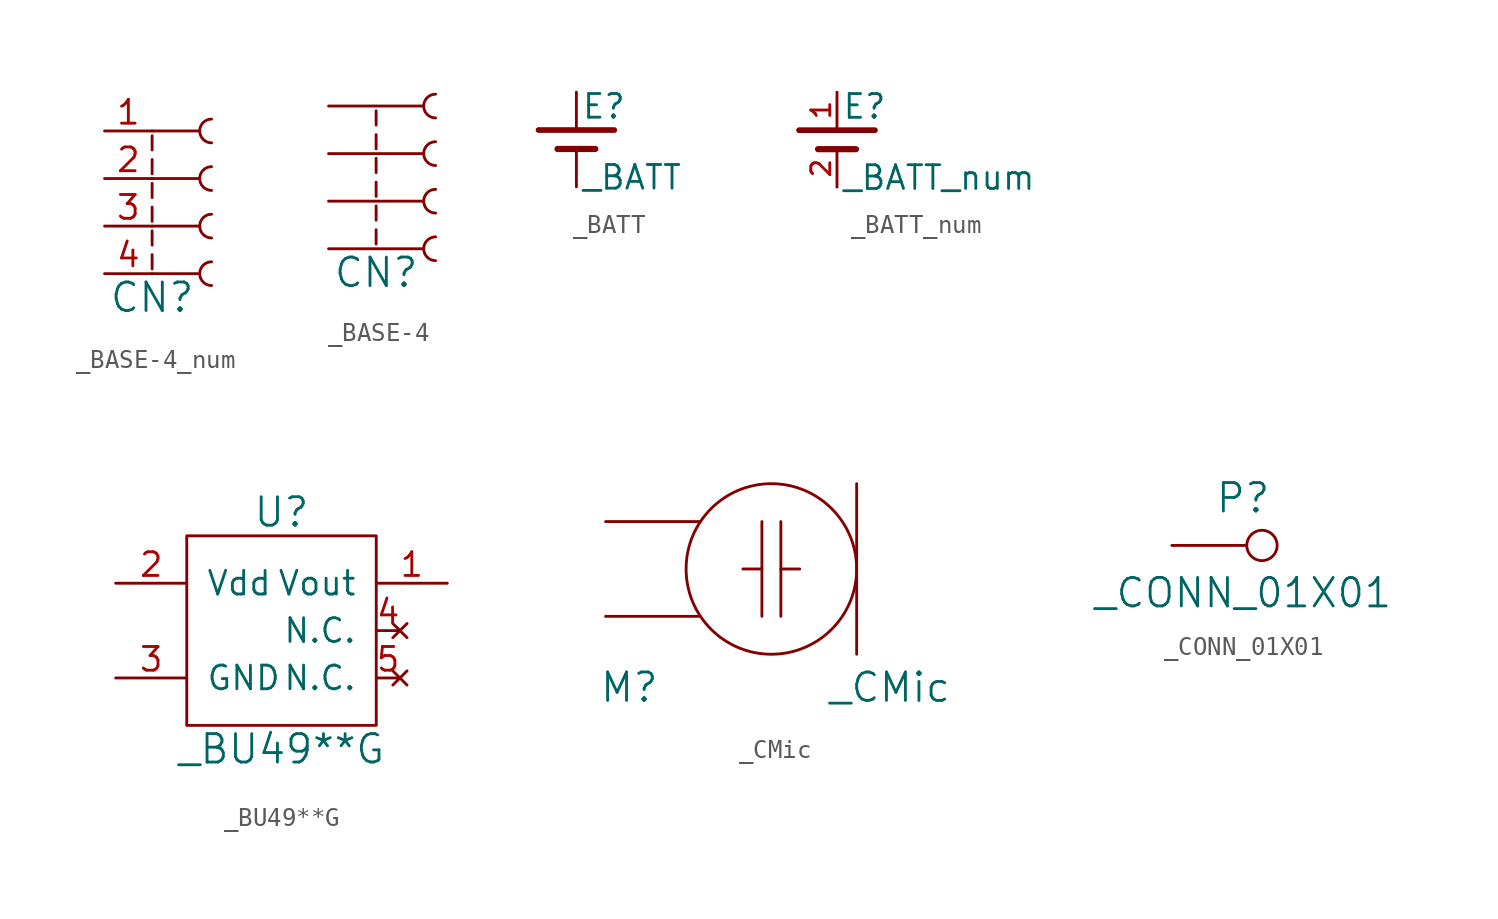
<source format=kicad_sym>
(kicad_symbol_lib
  (version 20220914)
  (generator kicad_symbol_editor)
  (symbol "_BASE-4_num"
    (pin_names
      (offset 0.025) hide)
    (property "Reference" "CN"
      (at 0 -5.08 0)
      (effects (font (size 1.524 1.524))))
    (property "Footprint" ""
      (at 1.905 1.27 0)
      (effects (font (size 1.524 1.524))))
    (property "Datasheet" ""
      (at 1.905 1.27 0)
      (effects (font (size 1.524 1.524))))
    (symbol "_BASE-4_num_0_1"
      (polyline (pts (xy 0 -3.81) (xy 2.54 -3.81)) (stroke (width 0) (type solid)) (fill (type none)))
      (polyline (pts (xy 0 -2.794) (xy 0 -3.556)) (stroke (width 0) (type solid)) (fill (type none)))
      (polyline (pts (xy 0 -1.524) (xy 0 -2.286)) (stroke (width 0) (type solid)) (fill (type none)))
      (polyline (pts (xy 0 -0.254) (xy 0 -1.016)) (stroke (width 0) (type solid)) (fill (type none)))
      (polyline (pts (xy 0 1.016) (xy 0 0.254)) (stroke (width 0) (type solid)) (fill (type none)))
      (polyline (pts (xy 0 1.27) (xy 2.54 1.27)) (stroke (width 0) (type solid)) (fill (type none)))
      (polyline (pts (xy 0 2.286) (xy 0 1.524)) (stroke (width 0) (type solid)) (fill (type none)))
      (polyline (pts (xy 0 3.556) (xy 0 2.794)) (stroke (width 0) (type solid)) (fill (type none)))
      (polyline (pts (xy 2.54 -1.27) (xy 0 -1.27)) (stroke (width 0) (type solid)) (fill (type none)))
      (polyline (pts (xy 2.54 3.81) (xy 0 3.81)) (stroke (width 0) (type solid)) (fill (type none)))
      (arc (start 3.175 -3.175) (mid 2.5427 -3.81) (end 3.175 -4.445) (stroke (width 0) (type solid)) (fill (type none)))
      (arc (start 3.175 -0.635) (mid 2.5427 -1.27) (end 3.175 -1.905) (stroke (width 0) (type solid)) (fill (type none)))
      (arc (start 3.175 1.905) (mid 2.5427 1.27) (end 3.175 0.635) (stroke (width 0) (type solid)) (fill (type none)))
      (arc (start 3.175 4.445) (mid 2.5427 3.81) (end 3.175 3.175) (stroke (width 0) (type solid)) (fill (type none))))
    (symbol "_BASE-4_num_1_1"
      (pin bidirectional line (at -2.54 3.81 0) (length 2.54) (name "~" (effects (font (size 1.27 1.27)))) (number "1" (effects (font (size 1.27 1.27)))))
      (pin bidirectional line (at -2.54 1.27 0) (length 2.54) (name "~" (effects (font (size 1.27 1.27)))) (number "2" (effects (font (size 1.27 1.27)))))
      (pin bidirectional line (at -2.54 -1.27 0) (length 2.54) (name "~" (effects (font (size 1.27 1.27)))) (number "3" (effects (font (size 1.27 1.27)))))
      (pin bidirectional line (at -2.54 -3.81 0) (length 2.54) (name "~" (effects (font (size 1.27 1.27)))) (number "4" (effects (font (size 1.27 1.27)))))))
  (symbol "_BASE-4"
    (pin_numbers hide)
    (pin_names
      (offset 0) hide)
    (property "Reference" "CN"
      (at 0 -5.08 0)
      (effects (font (size 1.524 1.524))))
    (property "Footprint" ""
      (at 1.905 1.27 0)
      (effects (font (size 1.524 1.524))))
    (property "Datasheet" ""
      (at 1.905 1.27 0)
      (effects (font (size 1.524 1.524))))
    (symbol "_BASE-4_0_1"
      (polyline (pts (xy 0 -2.794) (xy 0 -3.556)) (stroke (width 0) (type solid)) (fill (type none)))
      (polyline (pts (xy 0 -1.524) (xy 0 -2.286)) (stroke (width 0) (type solid)) (fill (type none)))
      (polyline (pts (xy 0 -0.254) (xy 0 -1.016)) (stroke (width 0) (type solid)) (fill (type none)))
      (polyline (pts (xy 0 1.016) (xy 0 0.254)) (stroke (width 0) (type solid)) (fill (type none)))
      (polyline (pts (xy 0 2.286) (xy 0 1.524)) (stroke (width 0) (type solid)) (fill (type none)))
      (polyline (pts (xy 0 3.556) (xy 0 2.794)) (stroke (width 0) (type solid)) (fill (type none)))
      (arc (start 3.175 -3.175) (mid 2.5427 -3.81) (end 3.175 -4.445) (stroke (width 0) (type solid)) (fill (type none)))
      (arc (start 3.175 -0.635) (mid 2.5427 -1.27) (end 3.175 -1.905) (stroke (width 0) (type solid)) (fill (type none)))
      (arc (start 3.175 1.905) (mid 2.5427 1.27) (end 3.175 0.635) (stroke (width 0) (type solid)) (fill (type none)))
      (arc (start 3.175 4.445) (mid 2.5427 3.81) (end 3.175 3.175) (stroke (width 0) (type solid)) (fill (type none))))
    (symbol "_BASE-4_1_1"
      (pin bidirectional line (at -2.54 3.81 0) (length 5.08) (name "~" (effects (font (size 1.27 1.27)))) (number "1" (effects (font (size 1.27 1.27)))))
      (pin bidirectional line (at -2.54 1.27 0) (length 5.08) (name "~" (effects (font (size 1.27 1.27)))) (number "2" (effects (font (size 1.27 1.27)))))
      (pin bidirectional line (at -2.54 -1.27 0) (length 5.08) (name "~" (effects (font (size 1.27 1.27)))) (number "3" (effects (font (size 1.27 1.27)))))
      (pin bidirectional line (at -2.54 -3.81 0) (length 5.08) (name "~" (effects (font (size 1.27 1.27)))) (number "4" (effects (font (size 1.27 1.27)))))))
  (symbol "_BATT"
    (pin_numbers hide)
    (pin_names
      (offset 0.254) hide)
    (property "Reference" "E"
      (at 0.254 1.778 0)
      (effects (font (size 1.27 1.27)) (justify left)))
    (property "Value" "_BATT"
      (at 0.254 -2.032 0)
      (effects (font (size 1.27 1.27)) (justify left)))
    (property "Footprint" ""
      (at 0 0 0)
      (effects (font (size 1.27 1.27))))
    (property "Datasheet" ""
      (at 0 0 0)
      (effects (font (size 1.27 1.27))))
    (symbol "_BATT_0_1"
      (polyline (pts (xy -2.032 0.508) (xy 2.032 0.508)) (stroke (width 0.305) (type solid)) (fill (type none)))
      (polyline (pts (xy -1.016 -0.508) (xy 1.016 -0.508)) (stroke (width 0.33) (type solid)) (fill (type none))))
    (symbol "_BATT_1_1"
      (pin passive line (at 0 2.54 270) (length 1.905) (name "~" (effects (font (size 1.016 1.016)))) (number "1" (effects (font (size 1.016 1.016)))))
      (pin passive line (at 0 -2.54 90) (length 2.032) (name "~" (effects (font (size 1.016 1.016)))) (number "2" (effects (font (size 1.016 1.016)))))))
  (symbol "_BATT_num"
    (pin_names
      (offset 0.254) hide)
    (property "Reference" "E"
      (at 0.254 1.778 0)
      (effects (font (size 1.27 1.27)) (justify left)))
    (property "Value" "_BATT_num"
      (at 0.254 -2.032 0)
      (effects (font (size 1.27 1.27)) (justify left)))
    (property "Footprint" ""
      (at 0 0 0)
      (effects (font (size 1.27 1.27))))
    (property "Datasheet" ""
      (at 0 0 0)
      (effects (font (size 1.27 1.27))))
    (symbol "_BATT_num_0_1"
      (polyline (pts (xy -2.032 0.508) (xy 2.032 0.508)) (stroke (width 0.305) (type solid)) (fill (type none)))
      (polyline (pts (xy -1.016 -0.508) (xy 1.016 -0.508)) (stroke (width 0.33) (type solid)) (fill (type none))))
    (symbol "_BATT_num_1_1"
      (pin passive line (at 0 2.54 270) (length 1.905) (name "~" (effects (font (size 1.016 1.016)))) (number "1" (effects (font (size 1.016 1.016)))))
      (pin passive line (at 0 -2.54 90) (length 2.032) (name "~" (effects (font (size 1.016 1.016)))) (number "2" (effects (font (size 1.016 1.016)))))))
  (symbol "_BU49**G"
    (pin_names
      (offset 1.016))
    (property "Reference" "U"
      (at 0 6.35 0)
      (effects (font (size 1.524 1.524))))
    (property "Value" "_BU49**G"
      (at 0 -6.35 0)
      (effects (font (size 1.524 1.524))))
    (symbol "_BU49**G_1_1"
      (rectangle (start -5.08 5.08) (end 5.08 -5.08) (stroke (width 0) (type solid)) (fill (type none)))
      (pin output line (at 8.89 2.54 180) (length 3.81) (name "Vout" (effects (font (size 1.27 1.27)))) (number "1" (effects (font (size 1.27 1.27)))))
      (pin power_in line (at -8.89 2.54 0) (length 3.81) (name "Vdd" (effects (font (size 1.27 1.27)))) (number "2" (effects (font (size 1.27 1.27)))))
      (pin power_in line (at -8.89 -2.54 0) (length 3.81) (name "GND" (effects (font (size 1.27 1.27)))) (number "3" (effects (font (size 1.27 1.27)))))
      (pin no_connect line (at 6.35 0 180) (length 1.27) (name "N.C." (effects (font (size 1.27 1.27)))) (number "4" (effects (font (size 1.27 1.27)))))
      (pin no_connect line (at 6.35 -2.54 180) (length 1.27) (name "N.C." (effects (font (size 1.27 1.27)))) (number "5" (effects (font (size 1.27 1.27)))))))
  (symbol "_CMic"
    (pin_numbers hide)
    (pin_names
      (offset 0) hide)
    (property "Reference" "M"
      (at -7.62 -6.35 0)
      (effects (font (size 1.524 1.524))))
    (property "Value" "_CMic"
      (at 6.35 -6.35 0)
      (effects (font (size 1.524 1.524))))
    (property "Footprint" ""
      (at 0 0 0)
      (effects (font (size 1.524 1.524))))
    (property "Datasheet" ""
      (at 0 0 0)
      (effects (font (size 1.524 1.524))))
    (symbol "_CMic_0_1"
      (polyline (pts (xy -0.508 0) (xy -1.524 0)) (stroke (width 0) (type solid)) (fill (type none)))
      (polyline (pts (xy -0.508 2.54) (xy -0.508 -2.54)) (stroke (width 0) (type solid)) (fill (type none)))
      (polyline (pts (xy 0.508 0) (xy 1.524 0)) (stroke (width 0) (type solid)) (fill (type none)))
      (polyline (pts (xy 0.508 2.54) (xy 0.508 -2.54)) (stroke (width 0) (type solid)) (fill (type none)))
      (polyline (pts (xy 4.572 4.572) (xy 4.572 -4.572)) (stroke (width 0) (type solid)) (fill (type none)))
      (circle (center 0 0) (radius 4.572) (stroke (width 0) (type solid)) (fill (type none))))
    (symbol "_CMic_1_1"
      (pin input line (at -8.89 -2.54 0) (length 5.08) (name "~" (effects (font (size 1.27 1.27)))) (number "~" (effects (font (size 1.27 1.27)))))
      (pin input line (at -8.89 2.54 0) (length 5.08) (name "~" (effects (font (size 1.27 1.27)))) (number "~" (effects (font (size 1.27 1.27)))))))
  (symbol "_CONN_01X01"
    (pin_names
      (offset 1.016))
    (property "Reference" "P"
      (at 0 2.54 0)
      (effects (font (size 1.524 1.524))))
    (property "Value" "_CONN_01X01"
      (at 0 -2.54 0)
      (effects (font (size 1.524 1.524))))
    (property "Footprint" ""
      (at 1.016 0 0)
      (effects (font (size 1.524 1.524))))
    (property "Datasheet" ""
      (at 1.016 0 0)
      (effects (font (size 1.524 1.524))))
    (symbol "_CONN_01X01_0_1"
      (circle (center 1.016 0) (radius 0.813) (stroke (width 0) (type solid)) (fill (type none))))
    (symbol "_CONN_01X01_1_1"
      (pin input line (at -3.81 0 0) (length 3.988) (name "~" (effects (font (size 1.27 1.27)))) (number "~" (effects (font (size 1.27 1.27))))))))
</source>
